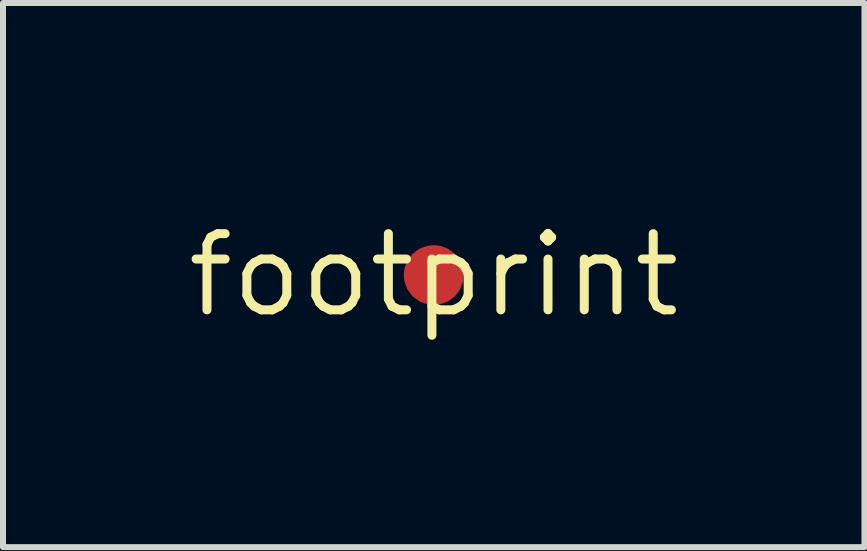
<source format=kicad_pcb>
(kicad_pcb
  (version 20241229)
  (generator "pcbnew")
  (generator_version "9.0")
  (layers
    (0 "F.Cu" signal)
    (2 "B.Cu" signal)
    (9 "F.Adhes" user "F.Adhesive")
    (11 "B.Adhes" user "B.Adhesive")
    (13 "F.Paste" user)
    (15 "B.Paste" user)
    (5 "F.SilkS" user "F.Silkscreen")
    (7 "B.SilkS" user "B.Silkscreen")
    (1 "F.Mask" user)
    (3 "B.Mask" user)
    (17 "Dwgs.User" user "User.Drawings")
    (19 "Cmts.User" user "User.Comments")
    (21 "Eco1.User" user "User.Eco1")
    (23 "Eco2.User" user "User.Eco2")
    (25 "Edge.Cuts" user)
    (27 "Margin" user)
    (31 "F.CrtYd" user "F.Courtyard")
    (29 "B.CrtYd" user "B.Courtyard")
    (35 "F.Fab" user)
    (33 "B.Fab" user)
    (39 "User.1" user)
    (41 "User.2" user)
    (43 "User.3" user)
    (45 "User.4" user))
  (footprint "footprint"
    (layer "F.Cu")
    (at 4.18 1.535)
    (property "Reference" "footprint" (at 0 0 0) (layer "F.SilkS") (effects (font (size 1.27 1.27) (thickness 0.15))))
    (fp_circle (center 0 0) (end 0.9 0) (stroke (width 1.27) (type solid)) (fill no) (layer "F.Mask"))
    (pad "1" smd roundrect (at 0 0) (size 1 1) (layers "F.Cu" "F.Mask") (roundrect_rratio 0.5)))
  (gr_rect
    (start -3 -3)
    (end 11.36 6.07)
    (stroke (width 0.1) (type default))
    (fill no)
    (layer "Edge.Cuts")))
</source>
